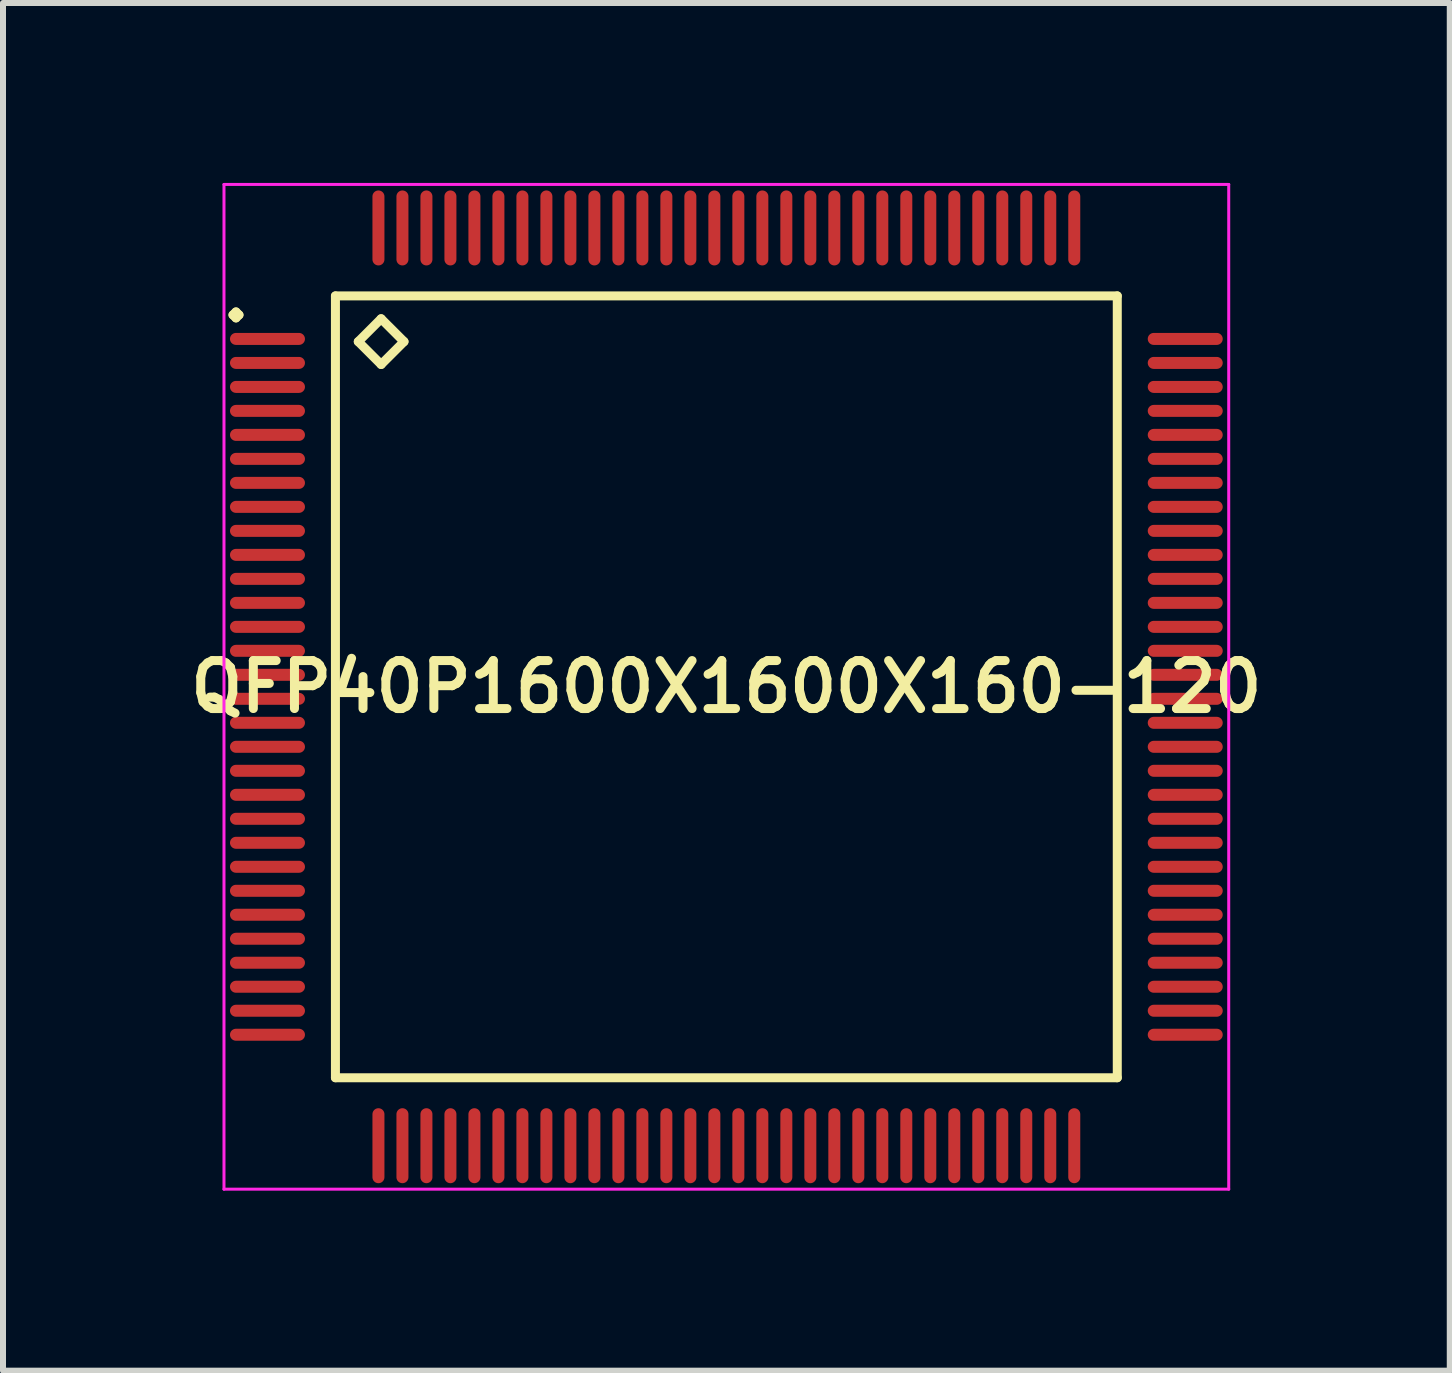
<source format=kicad_pcb>
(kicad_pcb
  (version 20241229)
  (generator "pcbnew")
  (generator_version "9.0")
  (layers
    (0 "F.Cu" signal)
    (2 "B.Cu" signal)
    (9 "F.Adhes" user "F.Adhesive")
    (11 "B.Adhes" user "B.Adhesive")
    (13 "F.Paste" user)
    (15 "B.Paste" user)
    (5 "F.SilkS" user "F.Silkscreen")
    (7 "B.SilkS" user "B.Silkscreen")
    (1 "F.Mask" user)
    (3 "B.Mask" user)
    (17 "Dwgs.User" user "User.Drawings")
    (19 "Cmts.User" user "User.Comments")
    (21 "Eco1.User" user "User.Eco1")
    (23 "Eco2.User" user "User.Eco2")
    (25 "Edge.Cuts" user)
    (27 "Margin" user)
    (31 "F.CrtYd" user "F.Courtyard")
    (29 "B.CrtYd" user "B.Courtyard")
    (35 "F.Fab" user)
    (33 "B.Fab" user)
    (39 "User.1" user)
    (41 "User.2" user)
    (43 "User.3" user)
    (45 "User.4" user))
  (footprint "QFP40P1600X1600X160-120"
    (layer "F.Cu")
    (at 9.059 8.4)
    (property "Reference" "QFP40P1600X1600X160-120" (at 0 0 0) (layer "F.SilkS") (effects (font (size 0.8 0.8) (thickness 0.15))))
    (attr smd)
    (fp_line (start -8.225 -6.2) (end -8.175 -6.25) (stroke (width 0.15) (type solid)) (layer "F.SilkS"))
    (fp_line (start -8.175 -6.25) (end -8.125 -6.2) (stroke (width 0.15) (type solid)) (layer "F.SilkS"))
    (fp_line (start -8.175 -6.15) (end -8.225 -6.2) (stroke (width 0.15) (type solid)) (layer "F.SilkS"))
    (fp_line (start -8.125 -6.2) (end -8.175 -6.15) (stroke (width 0.15) (type solid)) (layer "F.SilkS"))
    (fp_line (start -6.517 -6.517) (end -6.517 6.517) (stroke (width 0.15) (type solid)) (layer "F.SilkS"))
    (fp_line (start -6.517 6.517) (end 6.517 6.517) (stroke (width 0.15) (type solid)) (layer "F.SilkS"))
    (fp_line (start -6.136 -5.755) (end -5.755 -6.136) (stroke (width 0.15) (type solid)) (layer "F.SilkS"))
    (fp_line (start -5.755 -6.136) (end -5.374 -5.755) (stroke (width 0.15) (type solid)) (layer "F.SilkS"))
    (fp_line (start -5.755 -5.374) (end -6.136 -5.755) (stroke (width 0.15) (type solid)) (layer "F.SilkS"))
    (fp_line (start -5.374 -5.755) (end -5.755 -5.374) (stroke (width 0.15) (type solid)) (layer "F.SilkS"))
    (fp_line (start 6.517 -6.517) (end -6.517 -6.517) (stroke (width 0.15) (type solid)) (layer "F.SilkS"))
    (fp_line (start 6.517 6.517) (end 6.517 -6.517) (stroke (width 0.15) (type solid)) (layer "F.SilkS"))
    (fp_line (start -8.375 -8.375) (end 8.375 -8.375) (stroke (width 0.05) (type solid)) (layer "F.CrtYd"))
    (fp_line (start -8.375 8.375) (end -8.375 -8.375) (stroke (width 0.05) (type solid)) (layer "F.CrtYd"))
    (fp_line (start 8.375 -8.375) (end 8.375 8.375) (stroke (width 0.05) (type solid)) (layer "F.CrtYd"))
    (fp_line (start 8.375 8.375) (end -8.375 8.375) (stroke (width 0.05) (type solid)) (layer "F.CrtYd"))
    (pad "1" smd oval (at -7.65 -5.8) (size 1.25 0.2) (layers "F.Cu" "F.Mask" "F.Paste"))
    (pad "2" smd oval (at -7.65 -5.4) (size 1.25 0.2) (layers "F.Cu" "F.Mask" "F.Paste"))
    (pad "3" smd oval (at -7.65 -5) (size 1.25 0.2) (layers "F.Cu" "F.Mask" "F.Paste"))
    (pad "4" smd oval (at -7.65 -4.6) (size 1.25 0.2) (layers "F.Cu" "F.Mask" "F.Paste"))
    (pad "5" smd oval (at -7.65 -4.2) (size 1.25 0.2) (layers "F.Cu" "F.Mask" "F.Paste"))
    (pad "6" smd oval (at -7.65 -3.8) (size 1.25 0.2) (layers "F.Cu" "F.Mask" "F.Paste"))
    (pad "7" smd oval (at -7.65 -3.4) (size 1.25 0.2) (layers "F.Cu" "F.Mask" "F.Paste"))
    (pad "8" smd oval (at -7.65 -3) (size 1.25 0.2) (layers "F.Cu" "F.Mask" "F.Paste"))
    (pad "9" smd oval (at -7.65 -2.6) (size 1.25 0.2) (layers "F.Cu" "F.Mask" "F.Paste"))
    (pad "10" smd oval (at -7.65 -2.2) (size 1.25 0.2) (layers "F.Cu" "F.Mask" "F.Paste"))
    (pad "11" smd oval (at -7.65 -1.8) (size 1.25 0.2) (layers "F.Cu" "F.Mask" "F.Paste"))
    (pad "12" smd oval (at -7.65 -1.4) (size 1.25 0.2) (layers "F.Cu" "F.Mask" "F.Paste"))
    (pad "13" smd oval (at -7.65 -1) (size 1.25 0.2) (layers "F.Cu" "F.Mask" "F.Paste"))
    (pad "14" smd oval (at -7.65 -0.6) (size 1.25 0.2) (layers "F.Cu" "F.Mask" "F.Paste"))
    (pad "15" smd oval (at -7.65 -0.2) (size 1.25 0.2) (layers "F.Cu" "F.Mask" "F.Paste"))
    (pad "16" smd oval (at -7.65 0.2) (size 1.25 0.2) (layers "F.Cu" "F.Mask" "F.Paste"))
    (pad "17" smd oval (at -7.65 0.6) (size 1.25 0.2) (layers "F.Cu" "F.Mask" "F.Paste"))
    (pad "18" smd oval (at -7.65 1) (size 1.25 0.2) (layers "F.Cu" "F.Mask" "F.Paste"))
    (pad "19" smd oval (at -7.65 1.4) (size 1.25 0.2) (layers "F.Cu" "F.Mask" "F.Paste"))
    (pad "20" smd oval (at -7.65 1.8) (size 1.25 0.2) (layers "F.Cu" "F.Mask" "F.Paste"))
    (pad "21" smd oval (at -7.65 2.2) (size 1.25 0.2) (layers "F.Cu" "F.Mask" "F.Paste"))
    (pad "22" smd oval (at -7.65 2.6) (size 1.25 0.2) (layers "F.Cu" "F.Mask" "F.Paste"))
    (pad "23" smd oval (at -7.65 3) (size 1.25 0.2) (layers "F.Cu" "F.Mask" "F.Paste"))
    (pad "24" smd oval (at -7.65 3.4) (size 1.25 0.2) (layers "F.Cu" "F.Mask" "F.Paste"))
    (pad "25" smd oval (at -7.65 3.8) (size 1.25 0.2) (layers "F.Cu" "F.Mask" "F.Paste"))
    (pad "26" smd oval (at -7.65 4.2) (size 1.25 0.2) (layers "F.Cu" "F.Mask" "F.Paste"))
    (pad "27" smd oval (at -7.65 4.6) (size 1.25 0.2) (layers "F.Cu" "F.Mask" "F.Paste"))
    (pad "28" smd oval (at -7.65 5) (size 1.25 0.2) (layers "F.Cu" "F.Mask" "F.Paste"))
    (pad "29" smd oval (at -7.65 5.4) (size 1.25 0.2) (layers "F.Cu" "F.Mask" "F.Paste"))
    (pad "30" smd oval (at -7.65 5.8) (size 1.25 0.2) (layers "F.Cu" "F.Mask" "F.Paste"))
    (pad "31" smd oval (at -5.8 7.65) (size 0.2 1.25) (layers "F.Cu" "F.Mask" "F.Paste"))
    (pad "32" smd oval (at -5.4 7.65) (size 0.2 1.25) (layers "F.Cu" "F.Mask" "F.Paste"))
    (pad "33" smd oval (at -5 7.65) (size 0.2 1.25) (layers "F.Cu" "F.Mask" "F.Paste"))
    (pad "34" smd oval (at -4.6 7.65) (size 0.2 1.25) (layers "F.Cu" "F.Mask" "F.Paste"))
    (pad "35" smd oval (at -4.2 7.65) (size 0.2 1.25) (layers "F.Cu" "F.Mask" "F.Paste"))
    (pad "36" smd oval (at -3.8 7.65) (size 0.2 1.25) (layers "F.Cu" "F.Mask" "F.Paste"))
    (pad "37" smd oval (at -3.4 7.65) (size 0.2 1.25) (layers "F.Cu" "F.Mask" "F.Paste"))
    (pad "38" smd oval (at -3 7.65) (size 0.2 1.25) (layers "F.Cu" "F.Mask" "F.Paste"))
    (pad "39" smd oval (at -2.6 7.65) (size 0.2 1.25) (layers "F.Cu" "F.Mask" "F.Paste"))
    (pad "40" smd oval (at -2.2 7.65) (size 0.2 1.25) (layers "F.Cu" "F.Mask" "F.Paste"))
    (pad "41" smd oval (at -1.8 7.65) (size 0.2 1.25) (layers "F.Cu" "F.Mask" "F.Paste"))
    (pad "42" smd oval (at -1.4 7.65) (size 0.2 1.25) (layers "F.Cu" "F.Mask" "F.Paste"))
    (pad "43" smd oval (at -1 7.65) (size 0.2 1.25) (layers "F.Cu" "F.Mask" "F.Paste"))
    (pad "44" smd oval (at -0.6 7.65) (size 0.2 1.25) (layers "F.Cu" "F.Mask" "F.Paste"))
    (pad "45" smd oval (at -0.2 7.65) (size 0.2 1.25) (layers "F.Cu" "F.Mask" "F.Paste"))
    (pad "46" smd oval (at 0.2 7.65) (size 0.2 1.25) (layers "F.Cu" "F.Mask" "F.Paste"))
    (pad "47" smd oval (at 0.6 7.65) (size 0.2 1.25) (layers "F.Cu" "F.Mask" "F.Paste"))
    (pad "48" smd oval (at 1 7.65) (size 0.2 1.25) (layers "F.Cu" "F.Mask" "F.Paste"))
    (pad "49" smd oval (at 1.4 7.65) (size 0.2 1.25) (layers "F.Cu" "F.Mask" "F.Paste"))
    (pad "50" smd oval (at 1.8 7.65) (size 0.2 1.25) (layers "F.Cu" "F.Mask" "F.Paste"))
    (pad "51" smd oval (at 2.2 7.65) (size 0.2 1.25) (layers "F.Cu" "F.Mask" "F.Paste"))
    (pad "52" smd oval (at 2.6 7.65) (size 0.2 1.25) (layers "F.Cu" "F.Mask" "F.Paste"))
    (pad "53" smd oval (at 3 7.65) (size 0.2 1.25) (layers "F.Cu" "F.Mask" "F.Paste"))
    (pad "54" smd oval (at 3.4 7.65) (size 0.2 1.25) (layers "F.Cu" "F.Mask" "F.Paste"))
    (pad "55" smd oval (at 3.8 7.65) (size 0.2 1.25) (layers "F.Cu" "F.Mask" "F.Paste"))
    (pad "56" smd oval (at 4.2 7.65) (size 0.2 1.25) (layers "F.Cu" "F.Mask" "F.Paste"))
    (pad "57" smd oval (at 4.6 7.65) (size 0.2 1.25) (layers "F.Cu" "F.Mask" "F.Paste"))
    (pad "58" smd oval (at 5 7.65) (size 0.2 1.25) (layers "F.Cu" "F.Mask" "F.Paste"))
    (pad "59" smd oval (at 5.4 7.65) (size 0.2 1.25) (layers "F.Cu" "F.Mask" "F.Paste"))
    (pad "60" smd oval (at 5.8 7.65) (size 0.2 1.25) (layers "F.Cu" "F.Mask" "F.Paste"))
    (pad "61" smd oval (at 7.65 5.8) (size 1.25 0.2) (layers "F.Cu" "F.Mask" "F.Paste"))
    (pad "62" smd oval (at 7.65 5.4) (size 1.25 0.2) (layers "F.Cu" "F.Mask" "F.Paste"))
    (pad "63" smd oval (at 7.65 5) (size 1.25 0.2) (layers "F.Cu" "F.Mask" "F.Paste"))
    (pad "64" smd oval (at 7.65 4.6) (size 1.25 0.2) (layers "F.Cu" "F.Mask" "F.Paste"))
    (pad "65" smd oval (at 7.65 4.2) (size 1.25 0.2) (layers "F.Cu" "F.Mask" "F.Paste"))
    (pad "66" smd oval (at 7.65 3.8) (size 1.25 0.2) (layers "F.Cu" "F.Mask" "F.Paste"))
    (pad "67" smd oval (at 7.65 3.4) (size 1.25 0.2) (layers "F.Cu" "F.Mask" "F.Paste"))
    (pad "68" smd oval (at 7.65 3) (size 1.25 0.2) (layers "F.Cu" "F.Mask" "F.Paste"))
    (pad "69" smd oval (at 7.65 2.6) (size 1.25 0.2) (layers "F.Cu" "F.Mask" "F.Paste"))
    (pad "70" smd oval (at 7.65 2.2) (size 1.25 0.2) (layers "F.Cu" "F.Mask" "F.Paste"))
    (pad "71" smd oval (at 7.65 1.8) (size 1.25 0.2) (layers "F.Cu" "F.Mask" "F.Paste"))
    (pad "72" smd oval (at 7.65 1.4) (size 1.25 0.2) (layers "F.Cu" "F.Mask" "F.Paste"))
    (pad "73" smd oval (at 7.65 1) (size 1.25 0.2) (layers "F.Cu" "F.Mask" "F.Paste"))
    (pad "74" smd oval (at 7.65 0.6) (size 1.25 0.2) (layers "F.Cu" "F.Mask" "F.Paste"))
    (pad "75" smd oval (at 7.65 0.2) (size 1.25 0.2) (layers "F.Cu" "F.Mask" "F.Paste"))
    (pad "76" smd oval (at 7.65 -0.2) (size 1.25 0.2) (layers "F.Cu" "F.Mask" "F.Paste"))
    (pad "77" smd oval (at 7.65 -0.6) (size 1.25 0.2) (layers "F.Cu" "F.Mask" "F.Paste"))
    (pad "78" smd oval (at 7.65 -1) (size 1.25 0.2) (layers "F.Cu" "F.Mask" "F.Paste"))
    (pad "79" smd oval (at 7.65 -1.4) (size 1.25 0.2) (layers "F.Cu" "F.Mask" "F.Paste"))
    (pad "80" smd oval (at 7.65 -1.8) (size 1.25 0.2) (layers "F.Cu" "F.Mask" "F.Paste"))
    (pad "81" smd oval (at 7.65 -2.2) (size 1.25 0.2) (layers "F.Cu" "F.Mask" "F.Paste"))
    (pad "82" smd oval (at 7.65 -2.6) (size 1.25 0.2) (layers "F.Cu" "F.Mask" "F.Paste"))
    (pad "83" smd oval (at 7.65 -3) (size 1.25 0.2) (layers "F.Cu" "F.Mask" "F.Paste"))
    (pad "84" smd oval (at 7.65 -3.4) (size 1.25 0.2) (layers "F.Cu" "F.Mask" "F.Paste"))
    (pad "85" smd oval (at 7.65 -3.8) (size 1.25 0.2) (layers "F.Cu" "F.Mask" "F.Paste"))
    (pad "86" smd oval (at 7.65 -4.2) (size 1.25 0.2) (layers "F.Cu" "F.Mask" "F.Paste"))
    (pad "87" smd oval (at 7.65 -4.6) (size 1.25 0.2) (layers "F.Cu" "F.Mask" "F.Paste"))
    (pad "88" smd oval (at 7.65 -5) (size 1.25 0.2) (layers "F.Cu" "F.Mask" "F.Paste"))
    (pad "89" smd oval (at 7.65 -5.4) (size 1.25 0.2) (layers "F.Cu" "F.Mask" "F.Paste"))
    (pad "90" smd oval (at 7.65 -5.8) (size 1.25 0.2) (layers "F.Cu" "F.Mask" "F.Paste"))
    (pad "91" smd oval (at 5.8 -7.65) (size 0.2 1.25) (layers "F.Cu" "F.Mask" "F.Paste"))
    (pad "92" smd oval (at 5.4 -7.65) (size 0.2 1.25) (layers "F.Cu" "F.Mask" "F.Paste"))
    (pad "93" smd oval (at 5 -7.65) (size 0.2 1.25) (layers "F.Cu" "F.Mask" "F.Paste"))
    (pad "94" smd oval (at 4.6 -7.65) (size 0.2 1.25) (layers "F.Cu" "F.Mask" "F.Paste"))
    (pad "95" smd oval (at 4.2 -7.65) (size 0.2 1.25) (layers "F.Cu" "F.Mask" "F.Paste"))
    (pad "96" smd oval (at 3.8 -7.65) (size 0.2 1.25) (layers "F.Cu" "F.Mask" "F.Paste"))
    (pad "97" smd oval (at 3.4 -7.65) (size 0.2 1.25) (layers "F.Cu" "F.Mask" "F.Paste"))
    (pad "98" smd oval (at 3 -7.65) (size 0.2 1.25) (layers "F.Cu" "F.Mask" "F.Paste"))
    (pad "99" smd oval (at 2.6 -7.65) (size 0.2 1.25) (layers "F.Cu" "F.Mask" "F.Paste"))
    (pad "100" smd oval (at 2.2 -7.65) (size 0.2 1.25) (layers "F.Cu" "F.Mask" "F.Paste"))
    (pad "101" smd oval (at 1.8 -7.65) (size 0.2 1.25) (layers "F.Cu" "F.Mask" "F.Paste"))
    (pad "102" smd oval (at 1.4 -7.65) (size 0.2 1.25) (layers "F.Cu" "F.Mask" "F.Paste"))
    (pad "103" smd oval (at 1 -7.65) (size 0.2 1.25) (layers "F.Cu" "F.Mask" "F.Paste"))
    (pad "104" smd oval (at 0.6 -7.65) (size 0.2 1.25) (layers "F.Cu" "F.Mask" "F.Paste"))
    (pad "105" smd oval (at 0.2 -7.65) (size 0.2 1.25) (layers "F.Cu" "F.Mask" "F.Paste"))
    (pad "106" smd oval (at -0.2 -7.65) (size 0.2 1.25) (layers "F.Cu" "F.Mask" "F.Paste"))
    (pad "107" smd oval (at -0.6 -7.65) (size 0.2 1.25) (layers "F.Cu" "F.Mask" "F.Paste"))
    (pad "108" smd oval (at -1 -7.65) (size 0.2 1.25) (layers "F.Cu" "F.Mask" "F.Paste"))
    (pad "109" smd oval (at -1.4 -7.65) (size 0.2 1.25) (layers "F.Cu" "F.Mask" "F.Paste"))
    (pad "110" smd oval (at -1.8 -7.65) (size 0.2 1.25) (layers "F.Cu" "F.Mask" "F.Paste"))
    (pad "111" smd oval (at -2.2 -7.65) (size 0.2 1.25) (layers "F.Cu" "F.Mask" "F.Paste"))
    (pad "112" smd oval (at -2.6 -7.65) (size 0.2 1.25) (layers "F.Cu" "F.Mask" "F.Paste"))
    (pad "113" smd oval (at -3 -7.65) (size 0.2 1.25) (layers "F.Cu" "F.Mask" "F.Paste"))
    (pad "114" smd oval (at -3.4 -7.65) (size 0.2 1.25) (layers "F.Cu" "F.Mask" "F.Paste"))
    (pad "115" smd oval (at -3.8 -7.65) (size 0.2 1.25) (layers "F.Cu" "F.Mask" "F.Paste"))
    (pad "116" smd oval (at -4.2 -7.65) (size 0.2 1.25) (layers "F.Cu" "F.Mask" "F.Paste"))
    (pad "117" smd oval (at -4.6 -7.65) (size 0.2 1.25) (layers "F.Cu" "F.Mask" "F.Paste"))
    (pad "118" smd oval (at -5 -7.65) (size 0.2 1.25) (layers "F.Cu" "F.Mask" "F.Paste"))
    (pad "119" smd oval (at -5.4 -7.65) (size 0.2 1.25) (layers "F.Cu" "F.Mask" "F.Paste"))
    (pad "120" smd oval (at -5.8 -7.65) (size 0.2 1.25) (layers "F.Cu" "F.Mask" "F.Paste")))
  (gr_rect
    (start -3 -3)
    (end 21.119 19.8)
    (stroke (width 0.1) (type default))
    (fill no)
    (layer "Edge.Cuts")))
</source>
